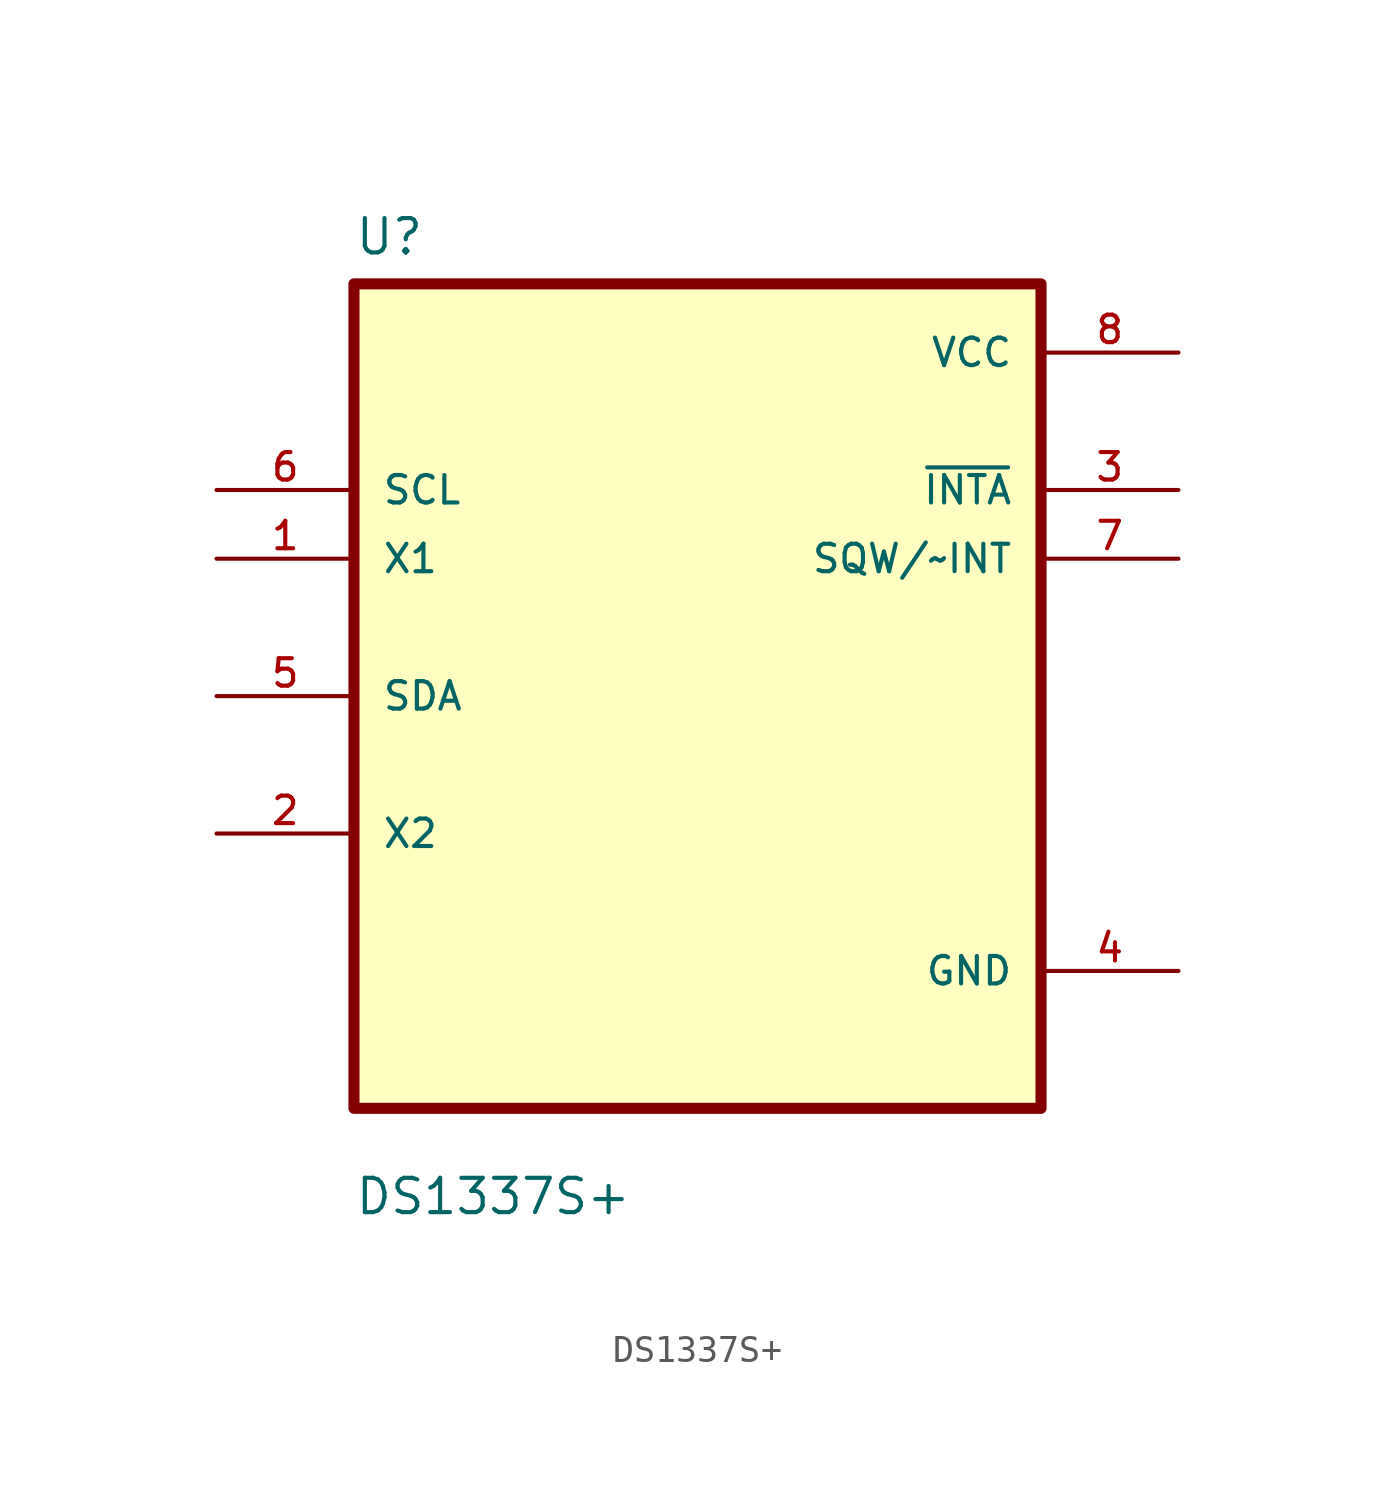
<source format=kicad_sym>
(kicad_symbol_lib
  (version 20211014)
  (generator kicad_symbol_editor)
  (symbol "DS1337S+"
    (pin_names
      (offset 1.016))
    (property "Reference" "U"
      (at -12.7 16.24 0.0)
      (effects (font (size 1.27 1.27)) (justify bottom left)))
    (property "Value" "DS1337S+"
      (at -12.7 -19.24 0.0)
      (effects (font (size 1.27 1.27)) (justify bottom left)))
    (symbol "DS1337S+_0_0"
      (rectangle (start -12.7 -15.24) (end 12.7 15.24) (stroke (width 0.41)) (fill (type background)))
      (pin input line (at -17.78 7.62 0) (length 5.08) (name "SCL" (effects (font (size 1.016 1.016)))) (number "6" (effects (font (size 1.016 1.016)))))
      (pin input line (at -17.78 5.08 0) (length 5.08) (name "X1" (effects (font (size 1.016 1.016)))) (number "1" (effects (font (size 1.016 1.016)))))
      (pin bidirectional line (at -17.78 0.0 0) (length 5.08) (name "SDA" (effects (font (size 1.016 1.016)))) (number "5" (effects (font (size 1.016 1.016)))))
      (pin bidirectional line (at -17.78 -5.08 0) (length 5.08) (name "X2" (effects (font (size 1.016 1.016)))) (number "2" (effects (font (size 1.016 1.016)))))
      (pin power_in line (at 17.78 12.7 180.0) (length 5.08) (name "VCC" (effects (font (size 1.016 1.016)))) (number "8" (effects (font (size 1.016 1.016)))))
      (pin output line (at 17.78 7.62 180.0) (length 5.08) (name "~{INTA}" (effects (font (size 1.016 1.016)))) (number "3" (effects (font (size 1.016 1.016)))))
      (pin output line (at 17.78 5.08 180.0) (length 5.08) (name "SQW/~INT" (effects (font (size 1.016 1.016)))) (number "7" (effects (font (size 1.016 1.016)))))
      (pin power_in line (at 17.78 -10.16 180.0) (length 5.08) (name "GND" (effects (font (size 1.016 1.016)))) (number "4" (effects (font (size 1.016 1.016))))))))
</source>
